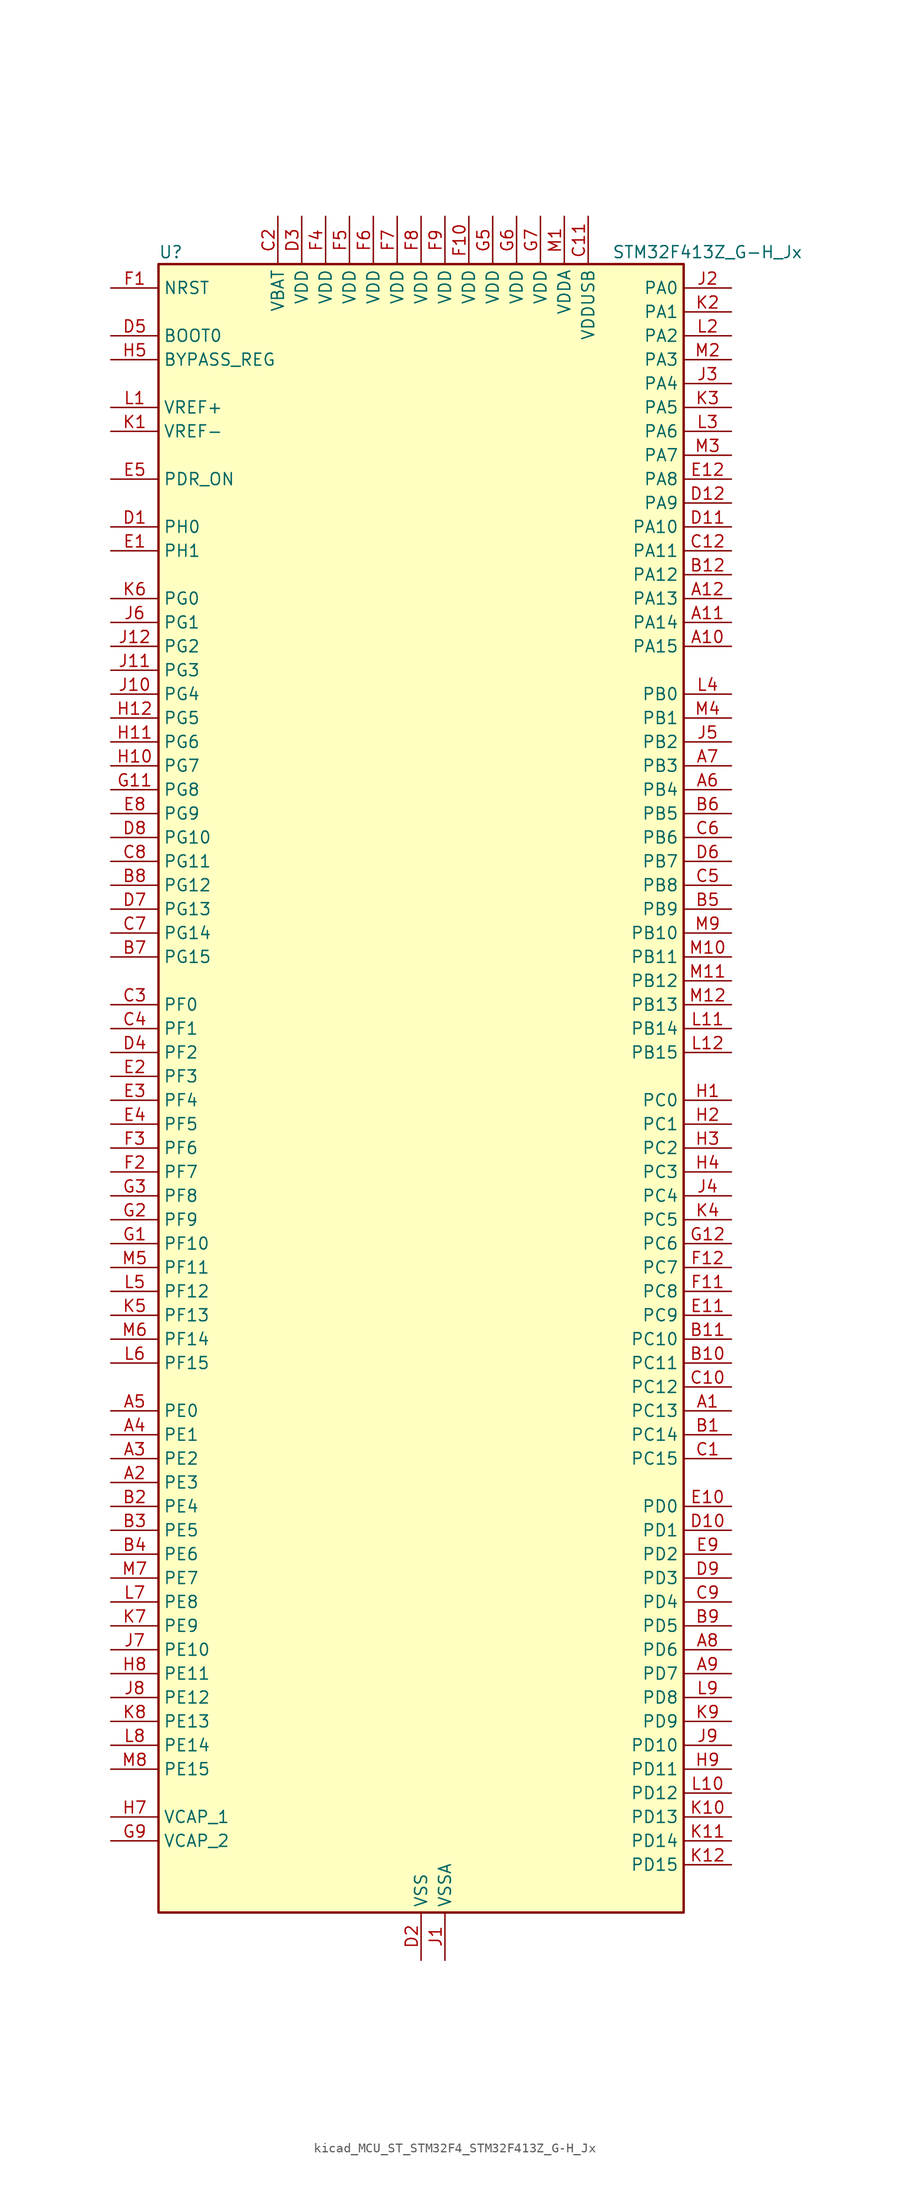
<source format=kicad_sym>
(kicad_symbol_lib
  (version 20220914)
  (generator kicad_symbol_editor)
  (symbol "kicad_MCU_ST_STM32F4_STM32F413Z_G-H_Jx"
    (property "Reference" "U"
      (at -27.94 90.17 0)
      (effects (font (size 1.27 1.27)) (justify left)))
    (property "Value" "STM32F413Z_G-H_Jx"
      (at 20.32 90.17 0)
      (effects (font (size 1.27 1.27)) (justify left)))
    (property "ki_locked" ""
      (at 0 0 0)
      (effects (font (size 1.27 1.27))))
    (symbol "kicad_MCU_ST_STM32F4_STM32F413Z_G-H_Jx_0_1"
      (rectangle (start -27.94 -86.36) (end 27.94 88.9) (stroke (width 0.254) (type default)) (fill (type background))))
    (symbol "kicad_MCU_ST_STM32F4_STM32F413Z_G-H_Jx_1_1"
      (pin bidirectional line (at 33.02 -33.02 180) (length 5.08) (name "PC13" (effects (font (size 1.27 1.27)))) (number "A1" (effects (font (size 1.27 1.27)))) (alternate "RTC_AF1" bidirectional line))
      (pin bidirectional line (at 33.02 48.26 180) (length 5.08) (name "PA15" (effects (font (size 1.27 1.27)))) (number "A10" (effects (font (size 1.27 1.27)))) (alternate "ADC1_EXTI15" bidirectional line) (alternate "CAN3_TX" bidirectional line) (alternate "I2S1_WS" bidirectional line) (alternate "I2S3_WS" bidirectional line) (alternate "SAI1_MCLK_A" bidirectional line) (alternate "SPI1_NSS" bidirectional line) (alternate "SPI3_NSS" bidirectional line) (alternate "SYS_JTDI" bidirectional line) (alternate "TIM2_CH1" bidirectional line) (alternate "TIM2_ETR" bidirectional line) (alternate "UART7_TX" bidirectional line) (alternate "USART1_TX" bidirectional line))
      (pin bidirectional line (at 33.02 50.8 180) (length 5.08) (name "PA14" (effects (font (size 1.27 1.27)))) (number "A11" (effects (font (size 1.27 1.27)))) (alternate "SYS_JTCK-SWCLK" bidirectional line))
      (pin bidirectional line (at 33.02 53.34 180) (length 5.08) (name "PA13" (effects (font (size 1.27 1.27)))) (number "A12" (effects (font (size 1.27 1.27)))) (alternate "SYS_JTMS-SWDIO" bidirectional line))
      (pin bidirectional line (at -33.02 -40.64 0) (length 5.08) (name "PE3" (effects (font (size 1.27 1.27)))) (number "A2" (effects (font (size 1.27 1.27)))) (alternate "FSMC_A19" bidirectional line) (alternate "SAI1_SD_B" bidirectional line) (alternate "SYS_TRACED0" bidirectional line) (alternate "UART10_TX" bidirectional line))
      (pin bidirectional line (at -33.02 -38.1 0) (length 5.08) (name "PE2" (effects (font (size 1.27 1.27)))) (number "A3" (effects (font (size 1.27 1.27)))) (alternate "FSMC_A23" bidirectional line) (alternate "I2S4_CK" bidirectional line) (alternate "I2S5_CK" bidirectional line) (alternate "QUADSPI_BK1_IO2" bidirectional line) (alternate "SAI1_MCLK_A" bidirectional line) (alternate "SPI4_SCK" bidirectional line) (alternate "SPI5_SCK" bidirectional line) (alternate "SYS_TRACECLK" bidirectional line) (alternate "UART10_RX" bidirectional line))
      (pin bidirectional line (at -33.02 -35.56 0) (length 5.08) (name "PE1" (effects (font (size 1.27 1.27)))) (number "A4" (effects (font (size 1.27 1.27)))) (alternate "DFSDM2_DATIN4" bidirectional line) (alternate "FSMC_NBL1" bidirectional line) (alternate "UART8_TX" bidirectional line))
      (pin bidirectional line (at -33.02 -33.02 0) (length 5.08) (name "PE0" (effects (font (size 1.27 1.27)))) (number "A5" (effects (font (size 1.27 1.27)))) (alternate "DFSDM2_CKIN4" bidirectional line) (alternate "FSMC_NBL0" bidirectional line) (alternate "TIM4_ETR" bidirectional line) (alternate "UART8_RX" bidirectional line))
      (pin bidirectional line (at 33.02 33.02 180) (length 5.08) (name "PB4" (effects (font (size 1.27 1.27)))) (number "A6" (effects (font (size 1.27 1.27)))) (alternate "CAN3_TX" bidirectional line) (alternate "I2C3_SDA" bidirectional line) (alternate "I2S3_ext_SD" bidirectional line) (alternate "SAI1_SCK_A" bidirectional line) (alternate "SDIO_D0" bidirectional line) (alternate "SPI1_MISO" bidirectional line) (alternate "SPI3_MISO" bidirectional line) (alternate "SYS_JTRST" bidirectional line) (alternate "TIM3_CH1" bidirectional line) (alternate "UART7_TX" bidirectional line))
      (pin bidirectional line (at 33.02 35.56 180) (length 5.08) (name "PB3" (effects (font (size 1.27 1.27)))) (number "A7" (effects (font (size 1.27 1.27)))) (alternate "CAN3_RX" bidirectional line) (alternate "FMPI2C1_SDA" bidirectional line) (alternate "I2C2_SDA" bidirectional line) (alternate "I2S1_CK" bidirectional line) (alternate "I2S3_CK" bidirectional line) (alternate "SAI1_SD_A" bidirectional line) (alternate "SPI1_SCK" bidirectional line) (alternate "SPI3_SCK" bidirectional line) (alternate "SYS_JTDO-SWO" bidirectional line) (alternate "TIM2_CH2" bidirectional line) (alternate "UART7_RX" bidirectional line) (alternate "USART1_RX" bidirectional line))
      (pin bidirectional line (at 33.02 -58.42 180) (length 5.08) (name "PD6" (effects (font (size 1.27 1.27)))) (number "A8" (effects (font (size 1.27 1.27)))) (alternate "DFSDM1_DATIN1" bidirectional line) (alternate "FSMC_NWAIT" bidirectional line) (alternate "I2S3_SD" bidirectional line) (alternate "SPI3_MOSI" bidirectional line) (alternate "USART2_RX" bidirectional line))
      (pin bidirectional line (at 33.02 -60.96 180) (length 5.08) (name "PD7" (effects (font (size 1.27 1.27)))) (number "A9" (effects (font (size 1.27 1.27)))) (alternate "DFSDM1_CKIN1" bidirectional line) (alternate "FSMC_NE1" bidirectional line) (alternate "USART2_CK" bidirectional line))
      (pin bidirectional line (at 33.02 -35.56 180) (length 5.08) (name "PC14" (effects (font (size 1.27 1.27)))) (number "B1" (effects (font (size 1.27 1.27)))) (alternate "RCC_OSC32_IN" bidirectional line))
      (pin bidirectional line (at 33.02 -27.94 180) (length 5.08) (name "PC11" (effects (font (size 1.27 1.27)))) (number "B10" (effects (font (size 1.27 1.27)))) (alternate "ADC1_EXTI11" bidirectional line) (alternate "DFSDM2_DATIN5" bidirectional line) (alternate "FSMC_D2" bidirectional line) (alternate "FSMC_DA2" bidirectional line) (alternate "I2S3_ext_SD" bidirectional line) (alternate "QUADSPI_BK2_NCS" bidirectional line) (alternate "SDIO_D3" bidirectional line) (alternate "SPI3_MISO" bidirectional line) (alternate "UART4_RX" bidirectional line) (alternate "USART3_RX" bidirectional line))
      (pin bidirectional line (at 33.02 -25.4 180) (length 5.08) (name "PC10" (effects (font (size 1.27 1.27)))) (number "B11" (effects (font (size 1.27 1.27)))) (alternate "DFSDM2_CKIN5" bidirectional line) (alternate "I2S3_CK" bidirectional line) (alternate "QUADSPI_BK1_IO1" bidirectional line) (alternate "SDIO_D2" bidirectional line) (alternate "SPI3_SCK" bidirectional line) (alternate "USART3_TX" bidirectional line))
      (pin bidirectional line (at 33.02 55.88 180) (length 5.08) (name "PA12" (effects (font (size 1.27 1.27)))) (number "B12" (effects (font (size 1.27 1.27)))) (alternate "CAN1_TX" bidirectional line) (alternate "DFSDM2_DATIN5" bidirectional line) (alternate "SPI2_MISO" bidirectional line) (alternate "SPI5_MISO" bidirectional line) (alternate "TIM1_ETR" bidirectional line) (alternate "UART4_TX" bidirectional line) (alternate "USART1_RTS" bidirectional line) (alternate "USART6_RX" bidirectional line) (alternate "USB_OTG_FS_DP" bidirectional line))
      (pin bidirectional line (at -33.02 -43.18 0) (length 5.08) (name "PE4" (effects (font (size 1.27 1.27)))) (number "B2" (effects (font (size 1.27 1.27)))) (alternate "DFSDM1_DATIN3" bidirectional line) (alternate "FSMC_A20" bidirectional line) (alternate "I2S4_WS" bidirectional line) (alternate "I2S5_WS" bidirectional line) (alternate "SAI1_SD_A" bidirectional line) (alternate "SPI4_NSS" bidirectional line) (alternate "SPI5_NSS" bidirectional line) (alternate "SYS_TRACED1" bidirectional line))
      (pin bidirectional line (at -33.02 -45.72 0) (length 5.08) (name "PE5" (effects (font (size 1.27 1.27)))) (number "B3" (effects (font (size 1.27 1.27)))) (alternate "DFSDM1_CKIN3" bidirectional line) (alternate "FSMC_A21" bidirectional line) (alternate "SAI1_SCK_A" bidirectional line) (alternate "SPI4_MISO" bidirectional line) (alternate "SPI5_MISO" bidirectional line) (alternate "SYS_TRACED2" bidirectional line) (alternate "TIM9_CH1" bidirectional line))
      (pin bidirectional line (at -33.02 -48.26 0) (length 5.08) (name "PE6" (effects (font (size 1.27 1.27)))) (number "B4" (effects (font (size 1.27 1.27)))) (alternate "FSMC_A22" bidirectional line) (alternate "I2S4_SD" bidirectional line) (alternate "I2S5_SD" bidirectional line) (alternate "SAI1_FS_A" bidirectional line) (alternate "SPI4_MOSI" bidirectional line) (alternate "SPI5_MOSI" bidirectional line) (alternate "SYS_TRACED3" bidirectional line) (alternate "TIM9_CH2" bidirectional line))
      (pin bidirectional line (at 33.02 20.32 180) (length 5.08) (name "PB9" (effects (font (size 1.27 1.27)))) (number "B5" (effects (font (size 1.27 1.27)))) (alternate "CAN1_TX" bidirectional line) (alternate "DAC_EXTI9" bidirectional line) (alternate "DFSDM2_DATIN1" bidirectional line) (alternate "I2C1_SDA" bidirectional line) (alternate "I2C2_SDA" bidirectional line) (alternate "I2S2_WS" bidirectional line) (alternate "SDIO_D5" bidirectional line) (alternate "SPI2_NSS" bidirectional line) (alternate "TIM11_CH1" bidirectional line) (alternate "TIM4_CH4" bidirectional line) (alternate "UART5_TX" bidirectional line))
      (pin bidirectional line (at 33.02 30.48 180) (length 5.08) (name "PB5" (effects (font (size 1.27 1.27)))) (number "B6" (effects (font (size 1.27 1.27)))) (alternate "CAN2_RX" bidirectional line) (alternate "I2C1_SMBA" bidirectional line) (alternate "I2S1_SD" bidirectional line) (alternate "I2S3_SD" bidirectional line) (alternate "LPTIM1_IN1" bidirectional line) (alternate "SAI1_FS_A" bidirectional line) (alternate "SDIO_D3" bidirectional line) (alternate "SPI1_MOSI" bidirectional line) (alternate "SPI3_MOSI" bidirectional line) (alternate "TIM3_CH2" bidirectional line) (alternate "UART5_RX" bidirectional line))
      (pin bidirectional line (at -33.02 15.24 0) (length 5.08) (name "PG15" (effects (font (size 1.27 1.27)))) (number "B7" (effects (font (size 1.27 1.27)))) (alternate "ADC1_EXTI15" bidirectional line) (alternate "USART6_CTS" bidirectional line))
      (pin bidirectional line (at -33.02 22.86 0) (length 5.08) (name "PG12" (effects (font (size 1.27 1.27)))) (number "B8" (effects (font (size 1.27 1.27)))) (alternate "CAN2_TX" bidirectional line) (alternate "FSMC_NE4" bidirectional line) (alternate "UART10_TX" bidirectional line) (alternate "USART6_RTS" bidirectional line))
      (pin bidirectional line (at 33.02 -55.88 180) (length 5.08) (name "PD5" (effects (font (size 1.27 1.27)))) (number "B9" (effects (font (size 1.27 1.27)))) (alternate "DFSDM2_CKOUT" bidirectional line) (alternate "FSMC_NWE" bidirectional line) (alternate "USART2_TX" bidirectional line))
      (pin bidirectional line (at 33.02 -38.1 180) (length 5.08) (name "PC15" (effects (font (size 1.27 1.27)))) (number "C1" (effects (font (size 1.27 1.27)))) (alternate "ADC1_EXTI15" bidirectional line) (alternate "RCC_OSC32_OUT" bidirectional line))
      (pin bidirectional line (at 33.02 -30.48 180) (length 5.08) (name "PC12" (effects (font (size 1.27 1.27)))) (number "C10" (effects (font (size 1.27 1.27)))) (alternate "FSMC_D3" bidirectional line) (alternate "FSMC_DA3" bidirectional line) (alternate "I2S3_SD" bidirectional line) (alternate "SDIO_CK" bidirectional line) (alternate "SPI3_MOSI" bidirectional line) (alternate "UART5_TX" bidirectional line) (alternate "USART3_CK" bidirectional line))
      (pin power_in line (at 17.78 93.98 270) (length 5.08) (name "VDDUSB" (effects (font (size 1.27 1.27)))) (number "C11" (effects (font (size 1.27 1.27)))))
      (pin bidirectional line (at 33.02 58.42 180) (length 5.08) (name "PA11" (effects (font (size 1.27 1.27)))) (number "C12" (effects (font (size 1.27 1.27)))) (alternate "ADC1_EXTI11" bidirectional line) (alternate "CAN1_RX" bidirectional line) (alternate "DFSDM2_CKIN5" bidirectional line) (alternate "I2S2_WS" bidirectional line) (alternate "SPI2_NSS" bidirectional line) (alternate "SPI4_MISO" bidirectional line) (alternate "TIM1_CH4" bidirectional line) (alternate "UART4_RX" bidirectional line) (alternate "USART1_CTS" bidirectional line) (alternate "USART6_TX" bidirectional line) (alternate "USB_OTG_FS_DM" bidirectional line))
      (pin power_in line (at -15.24 93.98 270) (length 5.08) (name "VBAT" (effects (font (size 1.27 1.27)))) (number "C2" (effects (font (size 1.27 1.27)))))
      (pin bidirectional line (at -33.02 10.16 0) (length 5.08) (name "PF0" (effects (font (size 1.27 1.27)))) (number "C3" (effects (font (size 1.27 1.27)))) (alternate "FSMC_A0" bidirectional line) (alternate "I2C2_SDA" bidirectional line))
      (pin bidirectional line (at -33.02 7.62 0) (length 5.08) (name "PF1" (effects (font (size 1.27 1.27)))) (number "C4" (effects (font (size 1.27 1.27)))) (alternate "FSMC_A1" bidirectional line) (alternate "I2C2_SCL" bidirectional line))
      (pin bidirectional line (at 33.02 22.86 180) (length 5.08) (name "PB8" (effects (font (size 1.27 1.27)))) (number "C5" (effects (font (size 1.27 1.27)))) (alternate "CAN1_RX" bidirectional line) (alternate "DFSDM2_CKIN1" bidirectional line) (alternate "I2C1_SCL" bidirectional line) (alternate "I2C3_SDA" bidirectional line) (alternate "I2S5_SD" bidirectional line) (alternate "LPTIM1_OUT" bidirectional line) (alternate "SDIO_D4" bidirectional line) (alternate "SPI5_MOSI" bidirectional line) (alternate "TIM10_CH1" bidirectional line) (alternate "TIM4_CH3" bidirectional line) (alternate "UART5_RX" bidirectional line))
      (pin bidirectional line (at 33.02 27.94 180) (length 5.08) (name "PB6" (effects (font (size 1.27 1.27)))) (number "C6" (effects (font (size 1.27 1.27)))) (alternate "CAN2_TX" bidirectional line) (alternate "DFSDM2_CKIN7" bidirectional line) (alternate "I2C1_SCL" bidirectional line) (alternate "LPTIM1_ETR" bidirectional line) (alternate "QUADSPI_BK1_NCS" bidirectional line) (alternate "SDIO_D0" bidirectional line) (alternate "TIM4_CH1" bidirectional line) (alternate "UART5_TX" bidirectional line) (alternate "USART1_TX" bidirectional line))
      (pin bidirectional line (at -33.02 17.78 0) (length 5.08) (name "PG14" (effects (font (size 1.27 1.27)))) (number "C7" (effects (font (size 1.27 1.27)))) (alternate "FSMC_A25" bidirectional line) (alternate "QUADSPI_BK2_IO3" bidirectional line) (alternate "SYS_TRACED3" bidirectional line) (alternate "USART6_TX" bidirectional line))
      (pin bidirectional line (at -33.02 25.4 0) (length 5.08) (name "PG11" (effects (font (size 1.27 1.27)))) (number "C8" (effects (font (size 1.27 1.27)))) (alternate "ADC1_EXTI11" bidirectional line) (alternate "CAN2_RX" bidirectional line) (alternate "UART10_RX" bidirectional line))
      (pin bidirectional line (at 33.02 -53.34 180) (length 5.08) (name "PD4" (effects (font (size 1.27 1.27)))) (number "C9" (effects (font (size 1.27 1.27)))) (alternate "DFSDM1_CKIN0" bidirectional line) (alternate "FSMC_NOE" bidirectional line) (alternate "USART2_RTS" bidirectional line))
      (pin bidirectional line (at -33.02 60.96 0) (length 5.08) (name "PH0" (effects (font (size 1.27 1.27)))) (number "D1" (effects (font (size 1.27 1.27)))) (alternate "RCC_OSC_IN" bidirectional line))
      (pin bidirectional line (at 33.02 -45.72 180) (length 5.08) (name "PD1" (effects (font (size 1.27 1.27)))) (number "D10" (effects (font (size 1.27 1.27)))) (alternate "CAN1_TX" bidirectional line) (alternate "DFSDM2_DATIN6" bidirectional line) (alternate "FSMC_D3" bidirectional line) (alternate "FSMC_DA3" bidirectional line) (alternate "UART4_TX" bidirectional line))
      (pin bidirectional line (at 33.02 60.96 180) (length 5.08) (name "PA10" (effects (font (size 1.27 1.27)))) (number "D11" (effects (font (size 1.27 1.27)))) (alternate "DFSDM2_DATIN3" bidirectional line) (alternate "I2S2_SD" bidirectional line) (alternate "I2S5_SD" bidirectional line) (alternate "SPI2_MOSI" bidirectional line) (alternate "SPI5_MOSI" bidirectional line) (alternate "TIM1_CH3" bidirectional line) (alternate "USART1_RX" bidirectional line) (alternate "USB_OTG_FS_ID" bidirectional line))
      (pin bidirectional line (at 33.02 63.5 180) (length 5.08) (name "PA9" (effects (font (size 1.27 1.27)))) (number "D12" (effects (font (size 1.27 1.27)))) (alternate "DAC_EXTI9" bidirectional line) (alternate "DFSDM2_CKIN3" bidirectional line) (alternate "I2C3_SMBA" bidirectional line) (alternate "I2S2_CK" bidirectional line) (alternate "SDIO_D2" bidirectional line) (alternate "SPI2_SCK" bidirectional line) (alternate "TIM1_CH2" bidirectional line) (alternate "USART1_TX" bidirectional line) (alternate "USB_OTG_FS_VBUS" bidirectional line))
      (pin power_in line (at 0 -91.44 90) (length 5.08) (name "VSS" (effects (font (size 1.27 1.27)))) (number "D2" (effects (font (size 1.27 1.27)))))
      (pin power_in line (at -12.7 93.98 270) (length 5.08) (name "VDD" (effects (font (size 1.27 1.27)))) (number "D3" (effects (font (size 1.27 1.27)))))
      (pin bidirectional line (at -33.02 5.08 0) (length 5.08) (name "PF2" (effects (font (size 1.27 1.27)))) (number "D4" (effects (font (size 1.27 1.27)))) (alternate "FSMC_A2" bidirectional line) (alternate "I2C2_SMBA" bidirectional line))
      (pin input line (at -33.02 81.28 0) (length 5.08) (name "BOOT0" (effects (font (size 1.27 1.27)))) (number "D5" (effects (font (size 1.27 1.27)))))
      (pin bidirectional line (at 33.02 25.4 180) (length 5.08) (name "PB7" (effects (font (size 1.27 1.27)))) (number "D6" (effects (font (size 1.27 1.27)))) (alternate "DFSDM2_DATIN7" bidirectional line) (alternate "FSMC_NL" bidirectional line) (alternate "I2C1_SDA" bidirectional line) (alternate "LPTIM1_IN2" bidirectional line) (alternate "TIM4_CH2" bidirectional line) (alternate "USART1_RX" bidirectional line))
      (pin bidirectional line (at -33.02 20.32 0) (length 5.08) (name "PG13" (effects (font (size 1.27 1.27)))) (number "D7" (effects (font (size 1.27 1.27)))) (alternate "FSMC_A24" bidirectional line) (alternate "SYS_TRACED2" bidirectional line) (alternate "USART6_CTS" bidirectional line))
      (pin bidirectional line (at -33.02 27.94 0) (length 5.08) (name "PG10" (effects (font (size 1.27 1.27)))) (number "D8" (effects (font (size 1.27 1.27)))) (alternate "FSMC_NE3" bidirectional line))
      (pin bidirectional line (at 33.02 -50.8 180) (length 5.08) (name "PD3" (effects (font (size 1.27 1.27)))) (number "D9" (effects (font (size 1.27 1.27)))) (alternate "DFSDM1_DATIN0" bidirectional line) (alternate "FSMC_CLK" bidirectional line) (alternate "I2S2_CK" bidirectional line) (alternate "QUADSPI_CLK" bidirectional line) (alternate "SPI2_SCK" bidirectional line) (alternate "SYS_TRACED1" bidirectional line) (alternate "USART2_CTS" bidirectional line))
      (pin bidirectional line (at -33.02 58.42 0) (length 5.08) (name "PH1" (effects (font (size 1.27 1.27)))) (number "E1" (effects (font (size 1.27 1.27)))) (alternate "RCC_OSC_OUT" bidirectional line))
      (pin bidirectional line (at 33.02 -43.18 180) (length 5.08) (name "PD0" (effects (font (size 1.27 1.27)))) (number "E10" (effects (font (size 1.27 1.27)))) (alternate "CAN1_RX" bidirectional line) (alternate "DFSDM2_CKIN6" bidirectional line) (alternate "FSMC_D2" bidirectional line) (alternate "FSMC_DA2" bidirectional line) (alternate "UART4_RX" bidirectional line))
      (pin bidirectional line (at 33.02 -22.86 180) (length 5.08) (name "PC9" (effects (font (size 1.27 1.27)))) (number "E11" (effects (font (size 1.27 1.27)))) (alternate "DAC_EXTI9" bidirectional line) (alternate "DFSDM2_DATIN3" bidirectional line) (alternate "I2C3_SDA" bidirectional line) (alternate "I2S_CKIN" bidirectional line) (alternate "QUADSPI_BK1_IO0" bidirectional line) (alternate "RCC_MCO_2" bidirectional line) (alternate "SDIO_D1" bidirectional line) (alternate "TIM3_CH4" bidirectional line) (alternate "TIM8_CH4" bidirectional line))
      (pin bidirectional line (at 33.02 66.04 180) (length 5.08) (name "PA8" (effects (font (size 1.27 1.27)))) (number "E12" (effects (font (size 1.27 1.27)))) (alternate "CAN3_RX" bidirectional line) (alternate "DFSDM1_CKOUT" bidirectional line) (alternate "I2C3_SCL" bidirectional line) (alternate "RCC_MCO_1" bidirectional line) (alternate "SDIO_D1" bidirectional line) (alternate "TIM1_CH1" bidirectional line) (alternate "UART7_RX" bidirectional line) (alternate "USART1_CK" bidirectional line) (alternate "USB_OTG_FS_SOF" bidirectional line))
      (pin bidirectional line (at -33.02 2.54 0) (length 5.08) (name "PF3" (effects (font (size 1.27 1.27)))) (number "E2" (effects (font (size 1.27 1.27)))) (alternate "FSMC_A3" bidirectional line) (alternate "TIM5_CH1" bidirectional line))
      (pin bidirectional line (at -33.02 0 0) (length 5.08) (name "PF4" (effects (font (size 1.27 1.27)))) (number "E3" (effects (font (size 1.27 1.27)))) (alternate "FSMC_A4" bidirectional line) (alternate "TIM5_CH2" bidirectional line))
      (pin bidirectional line (at -33.02 -2.54 0) (length 5.08) (name "PF5" (effects (font (size 1.27 1.27)))) (number "E4" (effects (font (size 1.27 1.27)))) (alternate "FSMC_A5" bidirectional line) (alternate "TIM5_CH3" bidirectional line))
      (pin input line (at -33.02 66.04 0) (length 5.08) (name "PDR_ON" (effects (font (size 1.27 1.27)))) (number "E5" (effects (font (size 1.27 1.27)))))
      (pin passive line (at 0 -91.44 90) (length 5.08) hide (name "VSS" (effects (font (size 1.27 1.27)))) (number "E6" (effects (font (size 1.27 1.27)))))
      (pin passive line (at 0 -91.44 90) (length 5.08) hide (name "VSS" (effects (font (size 1.27 1.27)))) (number "E7" (effects (font (size 1.27 1.27)))))
      (pin bidirectional line (at -33.02 30.48 0) (length 5.08) (name "PG9" (effects (font (size 1.27 1.27)))) (number "E8" (effects (font (size 1.27 1.27)))) (alternate "DAC_EXTI9" bidirectional line) (alternate "FSMC_NE2" bidirectional line) (alternate "QUADSPI_BK2_IO2" bidirectional line) (alternate "USART6_RX" bidirectional line))
      (pin bidirectional line (at 33.02 -48.26 180) (length 5.08) (name "PD2" (effects (font (size 1.27 1.27)))) (number "E9" (effects (font (size 1.27 1.27)))) (alternate "DFSDM2_CKOUT" bidirectional line) (alternate "FSMC_NWE" bidirectional line) (alternate "SDIO_CMD" bidirectional line) (alternate "TIM3_ETR" bidirectional line) (alternate "UART5_RX" bidirectional line))
      (pin input line (at -33.02 86.36 0) (length 5.08) (name "NRST" (effects (font (size 1.27 1.27)))) (number "F1" (effects (font (size 1.27 1.27)))))
      (pin power_in line (at 5.08 93.98 270) (length 5.08) (name "VDD" (effects (font (size 1.27 1.27)))) (number "F10" (effects (font (size 1.27 1.27)))))
      (pin bidirectional line (at 33.02 -20.32 180) (length 5.08) (name "PC8" (effects (font (size 1.27 1.27)))) (number "F11" (effects (font (size 1.27 1.27)))) (alternate "DFSDM2_CKIN3" bidirectional line) (alternate "QUADSPI_BK1_IO2" bidirectional line) (alternate "SDIO_D0" bidirectional line) (alternate "TIM3_CH3" bidirectional line) (alternate "TIM8_CH3" bidirectional line) (alternate "USART6_CK" bidirectional line))
      (pin bidirectional line (at 33.02 -17.78 180) (length 5.08) (name "PC7" (effects (font (size 1.27 1.27)))) (number "F12" (effects (font (size 1.27 1.27)))) (alternate "DFSDM1_DATIN3" bidirectional line) (alternate "DFSDM2_CKIN6" bidirectional line) (alternate "FMPI2C1_SDA" bidirectional line) (alternate "I2S2_CK" bidirectional line) (alternate "I2S3_MCK" bidirectional line) (alternate "SDIO_D7" bidirectional line) (alternate "SPI2_SCK" bidirectional line) (alternate "TIM3_CH2" bidirectional line) (alternate "TIM8_CH2" bidirectional line) (alternate "USART6_RX" bidirectional line))
      (pin bidirectional line (at -33.02 -7.62 0) (length 5.08) (name "PF7" (effects (font (size 1.27 1.27)))) (number "F2" (effects (font (size 1.27 1.27)))) (alternate "QUADSPI_BK1_IO2" bidirectional line) (alternate "SAI1_MCLK_B" bidirectional line) (alternate "SYS_TRACED1" bidirectional line) (alternate "TIM11_CH1" bidirectional line) (alternate "UART7_TX" bidirectional line))
      (pin bidirectional line (at -33.02 -5.08 0) (length 5.08) (name "PF6" (effects (font (size 1.27 1.27)))) (number "F3" (effects (font (size 1.27 1.27)))) (alternate "QUADSPI_BK1_IO3" bidirectional line) (alternate "SAI1_SD_B" bidirectional line) (alternate "SYS_TRACED0" bidirectional line) (alternate "TIM10_CH1" bidirectional line) (alternate "UART7_RX" bidirectional line))
      (pin power_in line (at -10.16 93.98 270) (length 5.08) (name "VDD" (effects (font (size 1.27 1.27)))) (number "F4" (effects (font (size 1.27 1.27)))))
      (pin power_in line (at -7.62 93.98 270) (length 5.08) (name "VDD" (effects (font (size 1.27 1.27)))) (number "F5" (effects (font (size 1.27 1.27)))))
      (pin power_in line (at -5.08 93.98 270) (length 5.08) (name "VDD" (effects (font (size 1.27 1.27)))) (number "F6" (effects (font (size 1.27 1.27)))))
      (pin power_in line (at -2.54 93.98 270) (length 5.08) (name "VDD" (effects (font (size 1.27 1.27)))) (number "F7" (effects (font (size 1.27 1.27)))))
      (pin power_in line (at 0 93.98 270) (length 5.08) (name "VDD" (effects (font (size 1.27 1.27)))) (number "F8" (effects (font (size 1.27 1.27)))))
      (pin power_in line (at 2.54 93.98 270) (length 5.08) (name "VDD" (effects (font (size 1.27 1.27)))) (number "F9" (effects (font (size 1.27 1.27)))))
      (pin bidirectional line (at -33.02 -15.24 0) (length 5.08) (name "PF10" (effects (font (size 1.27 1.27)))) (number "G1" (effects (font (size 1.27 1.27)))) (alternate "TIM1_ETR" bidirectional line) (alternate "TIM5_CH4" bidirectional line))
      (pin passive line (at 0 -91.44 90) (length 5.08) hide (name "VSS" (effects (font (size 1.27 1.27)))) (number "G10" (effects (font (size 1.27 1.27)))))
      (pin bidirectional line (at -33.02 33.02 0) (length 5.08) (name "PG8" (effects (font (size 1.27 1.27)))) (number "G11" (effects (font (size 1.27 1.27)))) (alternate "USART6_RTS" bidirectional line))
      (pin bidirectional line (at 33.02 -15.24 180) (length 5.08) (name "PC6" (effects (font (size 1.27 1.27)))) (number "G12" (effects (font (size 1.27 1.27)))) (alternate "DFSDM1_CKIN3" bidirectional line) (alternate "DFSDM2_DATIN6" bidirectional line) (alternate "FMPI2C1_SCL" bidirectional line) (alternate "FSMC_D1" bidirectional line) (alternate "FSMC_DA1" bidirectional line) (alternate "I2S2_MCK" bidirectional line) (alternate "SDIO_D6" bidirectional line) (alternate "TIM3_CH1" bidirectional line) (alternate "TIM8_CH1" bidirectional line) (alternate "USART6_TX" bidirectional line))
      (pin bidirectional line (at -33.02 -12.7 0) (length 5.08) (name "PF9" (effects (font (size 1.27 1.27)))) (number "G2" (effects (font (size 1.27 1.27)))) (alternate "DAC_EXTI9" bidirectional line) (alternate "QUADSPI_BK1_IO1" bidirectional line) (alternate "SAI1_FS_B" bidirectional line) (alternate "TIM14_CH1" bidirectional line) (alternate "UART8_TX" bidirectional line))
      (pin bidirectional line (at -33.02 -10.16 0) (length 5.08) (name "PF8" (effects (font (size 1.27 1.27)))) (number "G3" (effects (font (size 1.27 1.27)))) (alternate "QUADSPI_BK1_IO0" bidirectional line) (alternate "SAI1_SCK_B" bidirectional line) (alternate "TIM13_CH1" bidirectional line) (alternate "UART8_RX" bidirectional line))
      (pin passive line (at 0 -91.44 90) (length 5.08) hide (name "VSS" (effects (font (size 1.27 1.27)))) (number "G4" (effects (font (size 1.27 1.27)))))
      (pin power_in line (at 7.62 93.98 270) (length 5.08) (name "VDD" (effects (font (size 1.27 1.27)))) (number "G5" (effects (font (size 1.27 1.27)))))
      (pin power_in line (at 10.16 93.98 270) (length 5.08) (name "VDD" (effects (font (size 1.27 1.27)))) (number "G6" (effects (font (size 1.27 1.27)))))
      (pin power_in line (at 12.7 93.98 270) (length 5.08) (name "VDD" (effects (font (size 1.27 1.27)))) (number "G7" (effects (font (size 1.27 1.27)))))
      (pin passive line (at 0 -91.44 90) (length 5.08) hide (name "VSS" (effects (font (size 1.27 1.27)))) (number "G8" (effects (font (size 1.27 1.27)))))
      (pin power_out line (at -33.02 -78.74 0) (length 5.08) (name "VCAP_2" (effects (font (size 1.27 1.27)))) (number "G9" (effects (font (size 1.27 1.27)))))
      (pin bidirectional line (at 33.02 0 180) (length 5.08) (name "PC0" (effects (font (size 1.27 1.27)))) (number "H1" (effects (font (size 1.27 1.27)))) (alternate "ADC1_IN10" bidirectional line) (alternate "DFSDM2_CKIN4" bidirectional line) (alternate "LPTIM1_IN1" bidirectional line) (alternate "SAI1_MCLK_B" bidirectional line) (alternate "SYS_WKUP2" bidirectional line))
      (pin bidirectional line (at -33.02 35.56 0) (length 5.08) (name "PG7" (effects (font (size 1.27 1.27)))) (number "H10" (effects (font (size 1.27 1.27)))) (alternate "USART6_CK" bidirectional line))
      (pin bidirectional line (at -33.02 38.1 0) (length 5.08) (name "PG6" (effects (font (size 1.27 1.27)))) (number "H11" (effects (font (size 1.27 1.27)))) (alternate "QUADSPI_BK1_NCS" bidirectional line))
      (pin bidirectional line (at -33.02 40.64 0) (length 5.08) (name "PG5" (effects (font (size 1.27 1.27)))) (number "H12" (effects (font (size 1.27 1.27)))) (alternate "FSMC_A15" bidirectional line))
      (pin bidirectional line (at 33.02 -2.54 180) (length 5.08) (name "PC1" (effects (font (size 1.27 1.27)))) (number "H2" (effects (font (size 1.27 1.27)))) (alternate "ADC1_IN11" bidirectional line) (alternate "DFSDM2_DATIN4" bidirectional line) (alternate "LPTIM1_OUT" bidirectional line) (alternate "SAI1_SD_B" bidirectional line) (alternate "SYS_WKUP3" bidirectional line))
      (pin bidirectional line (at 33.02 -5.08 180) (length 5.08) (name "PC2" (effects (font (size 1.27 1.27)))) (number "H3" (effects (font (size 1.27 1.27)))) (alternate "ADC1_IN12" bidirectional line) (alternate "DFSDM1_CKOUT" bidirectional line) (alternate "DFSDM2_DATIN7" bidirectional line) (alternate "FSMC_NWE" bidirectional line) (alternate "I2S2_ext_SD" bidirectional line) (alternate "LPTIM1_IN2" bidirectional line) (alternate "SAI1_SCK_B" bidirectional line) (alternate "SPI2_MISO" bidirectional line))
      (pin bidirectional line (at 33.02 -7.62 180) (length 5.08) (name "PC3" (effects (font (size 1.27 1.27)))) (number "H4" (effects (font (size 1.27 1.27)))) (alternate "ADC1_IN13" bidirectional line) (alternate "DFSDM2_CKIN7" bidirectional line) (alternate "FSMC_A0" bidirectional line) (alternate "I2S2_SD" bidirectional line) (alternate "LPTIM1_ETR" bidirectional line) (alternate "SAI1_FS_B" bidirectional line) (alternate "SPI2_MOSI" bidirectional line))
      (pin input line (at -33.02 78.74 0) (length 5.08) (name "BYPASS_REG" (effects (font (size 1.27 1.27)))) (number "H5" (effects (font (size 1.27 1.27)))))
      (pin passive line (at 0 -91.44 90) (length 5.08) hide (name "VSS" (effects (font (size 1.27 1.27)))) (number "H6" (effects (font (size 1.27 1.27)))))
      (pin power_out line (at -33.02 -76.2 0) (length 5.08) (name "VCAP_1" (effects (font (size 1.27 1.27)))) (number "H7" (effects (font (size 1.27 1.27)))))
      (pin bidirectional line (at -33.02 -60.96 0) (length 5.08) (name "PE11" (effects (font (size 1.27 1.27)))) (number "H8" (effects (font (size 1.27 1.27)))) (alternate "ADC1_EXTI11" bidirectional line) (alternate "DFSDM2_CKIN0" bidirectional line) (alternate "FSMC_D8" bidirectional line) (alternate "FSMC_DA8" bidirectional line) (alternate "I2S4_WS" bidirectional line) (alternate "I2S5_WS" bidirectional line) (alternate "SPI4_NSS" bidirectional line) (alternate "SPI5_NSS" bidirectional line) (alternate "TIM1_CH2" bidirectional line))
      (pin bidirectional line (at 33.02 -71.12 180) (length 5.08) (name "PD11" (effects (font (size 1.27 1.27)))) (number "H9" (effects (font (size 1.27 1.27)))) (alternate "ADC1_EXTI11" bidirectional line) (alternate "DFSDM2_DATIN2" bidirectional line) (alternate "FMPI2C1_SMBA" bidirectional line) (alternate "FSMC_A16" bidirectional line) (alternate "QUADSPI_BK1_IO0" bidirectional line) (alternate "USART3_CTS" bidirectional line))
      (pin power_in line (at 2.54 -91.44 90) (length 5.08) (name "VSSA" (effects (font (size 1.27 1.27)))) (number "J1" (effects (font (size 1.27 1.27)))))
      (pin bidirectional line (at -33.02 43.18 0) (length 5.08) (name "PG4" (effects (font (size 1.27 1.27)))) (number "J10" (effects (font (size 1.27 1.27)))) (alternate "FSMC_A14" bidirectional line))
      (pin bidirectional line (at -33.02 45.72 0) (length 5.08) (name "PG3" (effects (font (size 1.27 1.27)))) (number "J11" (effects (font (size 1.27 1.27)))) (alternate "FSMC_A13" bidirectional line))
      (pin bidirectional line (at -33.02 48.26 0) (length 5.08) (name "PG2" (effects (font (size 1.27 1.27)))) (number "J12" (effects (font (size 1.27 1.27)))) (alternate "FSMC_A12" bidirectional line))
      (pin bidirectional line (at 33.02 86.36 180) (length 5.08) (name "PA0" (effects (font (size 1.27 1.27)))) (number "J2" (effects (font (size 1.27 1.27)))) (alternate "ADC1_IN0" bidirectional line) (alternate "SYS_WKUP1" bidirectional line) (alternate "TIM2_CH1" bidirectional line) (alternate "TIM2_ETR" bidirectional line) (alternate "TIM5_CH1" bidirectional line) (alternate "TIM8_ETR" bidirectional line) (alternate "UART4_TX" bidirectional line) (alternate "USART2_CTS" bidirectional line))
      (pin bidirectional line (at 33.02 76.2 180) (length 5.08) (name "PA4" (effects (font (size 1.27 1.27)))) (number "J3" (effects (font (size 1.27 1.27)))) (alternate "ADC1_IN4" bidirectional line) (alternate "DAC_OUT1" bidirectional line) (alternate "DFSDM1_DATIN1" bidirectional line) (alternate "FSMC_D6" bidirectional line) (alternate "FSMC_DA6" bidirectional line) (alternate "I2S1_WS" bidirectional line) (alternate "I2S3_WS" bidirectional line) (alternate "SPI1_NSS" bidirectional line) (alternate "SPI3_NSS" bidirectional line) (alternate "USART2_CK" bidirectional line))
      (pin bidirectional line (at 33.02 -10.16 180) (length 5.08) (name "PC4" (effects (font (size 1.27 1.27)))) (number "J4" (effects (font (size 1.27 1.27)))) (alternate "ADC1_IN14" bidirectional line) (alternate "DFSDM2_CKIN2" bidirectional line) (alternate "FSMC_NE4" bidirectional line) (alternate "I2S1_MCK" bidirectional line) (alternate "QUADSPI_BK2_IO2" bidirectional line))
      (pin bidirectional line (at 33.02 38.1 180) (length 5.08) (name "PB2" (effects (font (size 1.27 1.27)))) (number "J5" (effects (font (size 1.27 1.27)))) (alternate "DFSDM1_CKIN0" bidirectional line) (alternate "LPTIM1_OUT" bidirectional line) (alternate "QUADSPI_CLK" bidirectional line))
      (pin bidirectional line (at -33.02 50.8 0) (length 5.08) (name "PG1" (effects (font (size 1.27 1.27)))) (number "J6" (effects (font (size 1.27 1.27)))) (alternate "CAN1_TX" bidirectional line) (alternate "FSMC_A11" bidirectional line) (alternate "UART9_TX" bidirectional line))
      (pin bidirectional line (at -33.02 -58.42 0) (length 5.08) (name "PE10" (effects (font (size 1.27 1.27)))) (number "J7" (effects (font (size 1.27 1.27)))) (alternate "DFSDM2_DATIN0" bidirectional line) (alternate "FSMC_D7" bidirectional line) (alternate "FSMC_DA7" bidirectional line) (alternate "QUADSPI_BK2_IO3" bidirectional line) (alternate "TIM1_CH2N" bidirectional line))
      (pin bidirectional line (at -33.02 -63.5 0) (length 5.08) (name "PE12" (effects (font (size 1.27 1.27)))) (number "J8" (effects (font (size 1.27 1.27)))) (alternate "DFSDM2_DATIN7" bidirectional line) (alternate "FSMC_D9" bidirectional line) (alternate "FSMC_DA9" bidirectional line) (alternate "I2S4_CK" bidirectional line) (alternate "I2S5_CK" bidirectional line) (alternate "SPI4_SCK" bidirectional line) (alternate "SPI5_SCK" bidirectional line) (alternate "TIM1_CH3N" bidirectional line))
      (pin bidirectional line (at 33.02 -68.58 180) (length 5.08) (name "PD10" (effects (font (size 1.27 1.27)))) (number "J9" (effects (font (size 1.27 1.27)))) (alternate "FSMC_D15" bidirectional line) (alternate "FSMC_DA15" bidirectional line) (alternate "UART4_TX" bidirectional line) (alternate "USART3_CK" bidirectional line))
      (pin input line (at -33.02 71.12 0) (length 5.08) (name "VREF-" (effects (font (size 1.27 1.27)))) (number "K1" (effects (font (size 1.27 1.27)))))
      (pin bidirectional line (at 33.02 -76.2 180) (length 5.08) (name "PD13" (effects (font (size 1.27 1.27)))) (number "K10" (effects (font (size 1.27 1.27)))) (alternate "FMPI2C1_SDA" bidirectional line) (alternate "FSMC_A18" bidirectional line) (alternate "QUADSPI_BK1_IO3" bidirectional line) (alternate "TIM4_CH2" bidirectional line))
      (pin bidirectional line (at 33.02 -78.74 180) (length 5.08) (name "PD14" (effects (font (size 1.27 1.27)))) (number "K11" (effects (font (size 1.27 1.27)))) (alternate "DFSDM2_CKIN0" bidirectional line) (alternate "FMPI2C1_SCL" bidirectional line) (alternate "FSMC_D0" bidirectional line) (alternate "FSMC_DA0" bidirectional line) (alternate "TIM4_CH3" bidirectional line) (alternate "UART9_RX" bidirectional line))
      (pin bidirectional line (at 33.02 -81.28 180) (length 5.08) (name "PD15" (effects (font (size 1.27 1.27)))) (number "K12" (effects (font (size 1.27 1.27)))) (alternate "ADC1_EXTI15" bidirectional line) (alternate "DFSDM2_DATIN0" bidirectional line) (alternate "FMPI2C1_SDA" bidirectional line) (alternate "FSMC_D1" bidirectional line) (alternate "FSMC_DA1" bidirectional line) (alternate "TIM4_CH4" bidirectional line) (alternate "UART9_TX" bidirectional line))
      (pin bidirectional line (at 33.02 83.82 180) (length 5.08) (name "PA1" (effects (font (size 1.27 1.27)))) (number "K2" (effects (font (size 1.27 1.27)))) (alternate "ADC1_IN1" bidirectional line) (alternate "I2S4_SD" bidirectional line) (alternate "QUADSPI_BK1_IO3" bidirectional line) (alternate "SPI4_MOSI" bidirectional line) (alternate "TIM2_CH2" bidirectional line) (alternate "TIM5_CH2" bidirectional line) (alternate "UART4_RX" bidirectional line) (alternate "USART2_RTS" bidirectional line))
      (pin bidirectional line (at 33.02 73.66 180) (length 5.08) (name "PA5" (effects (font (size 1.27 1.27)))) (number "K3" (effects (font (size 1.27 1.27)))) (alternate "ADC1_IN5" bidirectional line) (alternate "DAC_OUT2" bidirectional line) (alternate "DFSDM1_CKIN1" bidirectional line) (alternate "FSMC_D7" bidirectional line) (alternate "FSMC_DA7" bidirectional line) (alternate "I2S1_CK" bidirectional line) (alternate "SPI1_SCK" bidirectional line) (alternate "TIM2_CH1" bidirectional line) (alternate "TIM2_ETR" bidirectional line) (alternate "TIM8_CH1N" bidirectional line))
      (pin bidirectional line (at 33.02 -12.7 180) (length 5.08) (name "PC5" (effects (font (size 1.27 1.27)))) (number "K4" (effects (font (size 1.27 1.27)))) (alternate "ADC1_IN15" bidirectional line) (alternate "DFSDM2_DATIN2" bidirectional line) (alternate "FMPI2C1_SMBA" bidirectional line) (alternate "FSMC_NOE" bidirectional line) (alternate "QUADSPI_BK2_IO3" bidirectional line) (alternate "USART3_RX" bidirectional line))
      (pin bidirectional line (at -33.02 -22.86 0) (length 5.08) (name "PF13" (effects (font (size 1.27 1.27)))) (number "K5" (effects (font (size 1.27 1.27)))) (alternate "FMPI2C1_SMBA" bidirectional line) (alternate "FSMC_A7" bidirectional line))
      (pin bidirectional line (at -33.02 53.34 0) (length 5.08) (name "PG0" (effects (font (size 1.27 1.27)))) (number "K6" (effects (font (size 1.27 1.27)))) (alternate "CAN1_RX" bidirectional line) (alternate "FSMC_A10" bidirectional line) (alternate "UART9_RX" bidirectional line))
      (pin bidirectional line (at -33.02 -55.88 0) (length 5.08) (name "PE9" (effects (font (size 1.27 1.27)))) (number "K7" (effects (font (size 1.27 1.27)))) (alternate "DAC_EXTI9" bidirectional line) (alternate "DFSDM1_CKOUT" bidirectional line) (alternate "FSMC_D6" bidirectional line) (alternate "FSMC_DA6" bidirectional line) (alternate "QUADSPI_BK2_IO2" bidirectional line) (alternate "TIM1_CH1" bidirectional line))
      (pin bidirectional line (at -33.02 -66.04 0) (length 5.08) (name "PE13" (effects (font (size 1.27 1.27)))) (number "K8" (effects (font (size 1.27 1.27)))) (alternate "DFSDM2_CKIN7" bidirectional line) (alternate "FSMC_D10" bidirectional line) (alternate "FSMC_DA10" bidirectional line) (alternate "SPI4_MISO" bidirectional line) (alternate "SPI5_MISO" bidirectional line) (alternate "TIM1_CH3" bidirectional line))
      (pin bidirectional line (at 33.02 -66.04 180) (length 5.08) (name "PD9" (effects (font (size 1.27 1.27)))) (number "K9" (effects (font (size 1.27 1.27)))) (alternate "DAC_EXTI9" bidirectional line) (alternate "FSMC_D14" bidirectional line) (alternate "FSMC_DA14" bidirectional line) (alternate "USART3_RX" bidirectional line))
      (pin input line (at -33.02 73.66 0) (length 5.08) (name "VREF+" (effects (font (size 1.27 1.27)))) (number "L1" (effects (font (size 1.27 1.27)))))
      (pin bidirectional line (at 33.02 -73.66 180) (length 5.08) (name "PD12" (effects (font (size 1.27 1.27)))) (number "L10" (effects (font (size 1.27 1.27)))) (alternate "DFSDM2_CKIN2" bidirectional line) (alternate "FMPI2C1_SCL" bidirectional line) (alternate "FSMC_A17" bidirectional line) (alternate "QUADSPI_BK1_IO1" bidirectional line) (alternate "TIM4_CH1" bidirectional line) (alternate "USART3_RTS" bidirectional line))
      (pin bidirectional line (at 33.02 7.62 180) (length 5.08) (name "PB14" (effects (font (size 1.27 1.27)))) (number "L11" (effects (font (size 1.27 1.27)))) (alternate "DFSDM1_DATIN2" bidirectional line) (alternate "FMPI2C1_SDA" bidirectional line) (alternate "FSMC_D0" bidirectional line) (alternate "FSMC_DA0" bidirectional line) (alternate "I2S2_ext_SD" bidirectional line) (alternate "SDIO_D6" bidirectional line) (alternate "SPI2_MISO" bidirectional line) (alternate "TIM12_CH1" bidirectional line) (alternate "TIM1_CH2N" bidirectional line) (alternate "TIM8_CH2N" bidirectional line) (alternate "USART3_RTS" bidirectional line))
      (pin bidirectional line (at 33.02 5.08 180) (length 5.08) (name "PB15" (effects (font (size 1.27 1.27)))) (number "L12" (effects (font (size 1.27 1.27)))) (alternate "ADC1_EXTI15" bidirectional line) (alternate "DFSDM1_CKIN2" bidirectional line) (alternate "FMPI2C1_SCL" bidirectional line) (alternate "I2S2_SD" bidirectional line) (alternate "RTC_REFIN" bidirectional line) (alternate "SDIO_CK" bidirectional line) (alternate "SPI2_MOSI" bidirectional line) (alternate "TIM12_CH2" bidirectional line) (alternate "TIM1_CH3N" bidirectional line) (alternate "TIM8_CH3N" bidirectional line))
      (pin bidirectional line (at 33.02 81.28 180) (length 5.08) (name "PA2" (effects (font (size 1.27 1.27)))) (number "L2" (effects (font (size 1.27 1.27)))) (alternate "ADC1_IN2" bidirectional line) (alternate "FSMC_D4" bidirectional line) (alternate "FSMC_DA4" bidirectional line) (alternate "I2S_CKIN" bidirectional line) (alternate "TIM2_CH3" bidirectional line) (alternate "TIM5_CH3" bidirectional line) (alternate "TIM9_CH1" bidirectional line) (alternate "USART2_TX" bidirectional line))
      (pin bidirectional line (at 33.02 71.12 180) (length 5.08) (name "PA6" (effects (font (size 1.27 1.27)))) (number "L3" (effects (font (size 1.27 1.27)))) (alternate "ADC1_IN6" bidirectional line) (alternate "DFSDM2_CKIN1" bidirectional line) (alternate "I2S2_MCK" bidirectional line) (alternate "QUADSPI_BK2_IO0" bidirectional line) (alternate "SDIO_CMD" bidirectional line) (alternate "SPI1_MISO" bidirectional line) (alternate "TIM13_CH1" bidirectional line) (alternate "TIM1_BKIN" bidirectional line) (alternate "TIM3_CH1" bidirectional line) (alternate "TIM8_BKIN" bidirectional line))
      (pin bidirectional line (at 33.02 43.18 180) (length 5.08) (name "PB0" (effects (font (size 1.27 1.27)))) (number "L4" (effects (font (size 1.27 1.27)))) (alternate "ADC1_IN8" bidirectional line) (alternate "I2S5_CK" bidirectional line) (alternate "SPI5_SCK" bidirectional line) (alternate "TIM1_CH2N" bidirectional line) (alternate "TIM3_CH3" bidirectional line) (alternate "TIM8_CH2N" bidirectional line))
      (pin bidirectional line (at -33.02 -20.32 0) (length 5.08) (name "PF12" (effects (font (size 1.27 1.27)))) (number "L5" (effects (font (size 1.27 1.27)))) (alternate "FSMC_A6" bidirectional line) (alternate "TIM8_BKIN" bidirectional line))
      (pin bidirectional line (at -33.02 -27.94 0) (length 5.08) (name "PF15" (effects (font (size 1.27 1.27)))) (number "L6" (effects (font (size 1.27 1.27)))) (alternate "ADC1_EXTI15" bidirectional line) (alternate "FMPI2C1_SDA" bidirectional line) (alternate "FSMC_A9" bidirectional line))
      (pin bidirectional line (at -33.02 -53.34 0) (length 5.08) (name "PE8" (effects (font (size 1.27 1.27)))) (number "L7" (effects (font (size 1.27 1.27)))) (alternate "DFSDM1_CKIN2" bidirectional line) (alternate "FSMC_D5" bidirectional line) (alternate "FSMC_DA5" bidirectional line) (alternate "QUADSPI_BK2_IO1" bidirectional line) (alternate "TIM1_CH1N" bidirectional line) (alternate "UART7_TX" bidirectional line))
      (pin bidirectional line (at -33.02 -68.58 0) (length 5.08) (name "PE14" (effects (font (size 1.27 1.27)))) (number "L8" (effects (font (size 1.27 1.27)))) (alternate "DFSDM2_DATIN1" bidirectional line) (alternate "FSMC_D11" bidirectional line) (alternate "FSMC_DA11" bidirectional line) (alternate "I2S4_SD" bidirectional line) (alternate "I2S5_SD" bidirectional line) (alternate "SPI4_MOSI" bidirectional line) (alternate "SPI5_MOSI" bidirectional line) (alternate "TIM1_CH4" bidirectional line))
      (pin bidirectional line (at 33.02 -63.5 180) (length 5.08) (name "PD8" (effects (font (size 1.27 1.27)))) (number "L9" (effects (font (size 1.27 1.27)))) (alternate "FSMC_D13" bidirectional line) (alternate "FSMC_DA13" bidirectional line) (alternate "USART3_TX" bidirectional line))
      (pin power_in line (at 15.24 93.98 270) (length 5.08) (name "VDDA" (effects (font (size 1.27 1.27)))) (number "M1" (effects (font (size 1.27 1.27)))))
      (pin bidirectional line (at 33.02 15.24 180) (length 5.08) (name "PB11" (effects (font (size 1.27 1.27)))) (number "M10" (effects (font (size 1.27 1.27)))) (alternate "ADC1_EXTI11" bidirectional line) (alternate "I2C2_SDA" bidirectional line) (alternate "I2S_CKIN" bidirectional line) (alternate "TIM2_CH4" bidirectional line) (alternate "USART3_RX" bidirectional line))
      (pin bidirectional line (at 33.02 12.7 180) (length 5.08) (name "PB12" (effects (font (size 1.27 1.27)))) (number "M11" (effects (font (size 1.27 1.27)))) (alternate "CAN2_RX" bidirectional line) (alternate "DFSDM1_DATIN1" bidirectional line) (alternate "FSMC_D13" bidirectional line) (alternate "FSMC_DA13" bidirectional line) (alternate "I2C2_SMBA" bidirectional line) (alternate "I2S2_WS" bidirectional line) (alternate "I2S3_CK" bidirectional line) (alternate "I2S4_WS" bidirectional line) (alternate "SPI2_NSS" bidirectional line) (alternate "SPI3_SCK" bidirectional line) (alternate "SPI4_NSS" bidirectional line) (alternate "TIM1_BKIN" bidirectional line) (alternate "UART5_RX" bidirectional line) (alternate "USART3_CK" bidirectional line))
      (pin bidirectional line (at 33.02 10.16 180) (length 5.08) (name "PB13" (effects (font (size 1.27 1.27)))) (number "M12" (effects (font (size 1.27 1.27)))) (alternate "CAN2_TX" bidirectional line) (alternate "DFSDM1_CKIN1" bidirectional line) (alternate "FMPI2C1_SMBA" bidirectional line) (alternate "I2S2_CK" bidirectional line) (alternate "I2S4_CK" bidirectional line) (alternate "SPI2_SCK" bidirectional line) (alternate "SPI4_SCK" bidirectional line) (alternate "TIM1_CH1N" bidirectional line) (alternate "UART5_TX" bidirectional line) (alternate "USART3_CTS" bidirectional line))
      (pin bidirectional line (at 33.02 78.74 180) (length 5.08) (name "PA3" (effects (font (size 1.27 1.27)))) (number "M2" (effects (font (size 1.27 1.27)))) (alternate "ADC1_IN3" bidirectional line) (alternate "FSMC_D5" bidirectional line) (alternate "FSMC_DA5" bidirectional line) (alternate "I2S2_MCK" bidirectional line) (alternate "SAI1_SD_B" bidirectional line) (alternate "TIM2_CH4" bidirectional line) (alternate "TIM5_CH4" bidirectional line) (alternate "TIM9_CH2" bidirectional line) (alternate "USART2_RX" bidirectional line))
      (pin bidirectional line (at 33.02 68.58 180) (length 5.08) (name "PA7" (effects (font (size 1.27 1.27)))) (number "M3" (effects (font (size 1.27 1.27)))) (alternate "ADC1_IN7" bidirectional line) (alternate "DFSDM2_DATIN1" bidirectional line) (alternate "I2S1_SD" bidirectional line) (alternate "QUADSPI_BK2_IO1" bidirectional line) (alternate "SPI1_MOSI" bidirectional line) (alternate "TIM14_CH1" bidirectional line) (alternate "TIM1_CH1N" bidirectional line) (alternate "TIM3_CH2" bidirectional line) (alternate "TIM8_CH1N" bidirectional line))
      (pin bidirectional line (at 33.02 40.64 180) (length 5.08) (name "PB1" (effects (font (size 1.27 1.27)))) (number "M4" (effects (font (size 1.27 1.27)))) (alternate "ADC1_IN9" bidirectional line) (alternate "DFSDM1_DATIN0" bidirectional line) (alternate "I2S5_WS" bidirectional line) (alternate "QUADSPI_CLK" bidirectional line) (alternate "SPI5_NSS" bidirectional line) (alternate "TIM1_CH3N" bidirectional line) (alternate "TIM3_CH4" bidirectional line) (alternate "TIM8_CH3N" bidirectional line))
      (pin bidirectional line (at -33.02 -17.78 0) (length 5.08) (name "PF11" (effects (font (size 1.27 1.27)))) (number "M5" (effects (font (size 1.27 1.27)))) (alternate "ADC1_EXTI11" bidirectional line) (alternate "TIM8_ETR" bidirectional line))
      (pin bidirectional line (at -33.02 -25.4 0) (length 5.08) (name "PF14" (effects (font (size 1.27 1.27)))) (number "M6" (effects (font (size 1.27 1.27)))) (alternate "FMPI2C1_SCL" bidirectional line) (alternate "FSMC_A8" bidirectional line))
      (pin bidirectional line (at -33.02 -50.8 0) (length 5.08) (name "PE7" (effects (font (size 1.27 1.27)))) (number "M7" (effects (font (size 1.27 1.27)))) (alternate "DFSDM1_DATIN2" bidirectional line) (alternate "FSMC_D4" bidirectional line) (alternate "FSMC_DA4" bidirectional line) (alternate "QUADSPI_BK2_IO0" bidirectional line) (alternate "TIM1_ETR" bidirectional line) (alternate "UART7_RX" bidirectional line))
      (pin bidirectional line (at -33.02 -71.12 0) (length 5.08) (name "PE15" (effects (font (size 1.27 1.27)))) (number "M8" (effects (font (size 1.27 1.27)))) (alternate "ADC1_EXTI15" bidirectional line) (alternate "DFSDM2_CKIN1" bidirectional line) (alternate "FSMC_D12" bidirectional line) (alternate "FSMC_DA12" bidirectional line) (alternate "TIM1_BKIN" bidirectional line))
      (pin bidirectional line (at 33.02 17.78 180) (length 5.08) (name "PB10" (effects (font (size 1.27 1.27)))) (number "M9" (effects (font (size 1.27 1.27)))) (alternate "DFSDM2_CKOUT" bidirectional line) (alternate "FMPI2C1_SCL" bidirectional line) (alternate "I2C2_SCL" bidirectional line) (alternate "I2S2_CK" bidirectional line) (alternate "I2S3_MCK" bidirectional line) (alternate "SDIO_D7" bidirectional line) (alternate "SPI2_SCK" bidirectional line) (alternate "TIM2_CH3" bidirectional line) (alternate "USART3_TX" bidirectional line)))))
</source>
